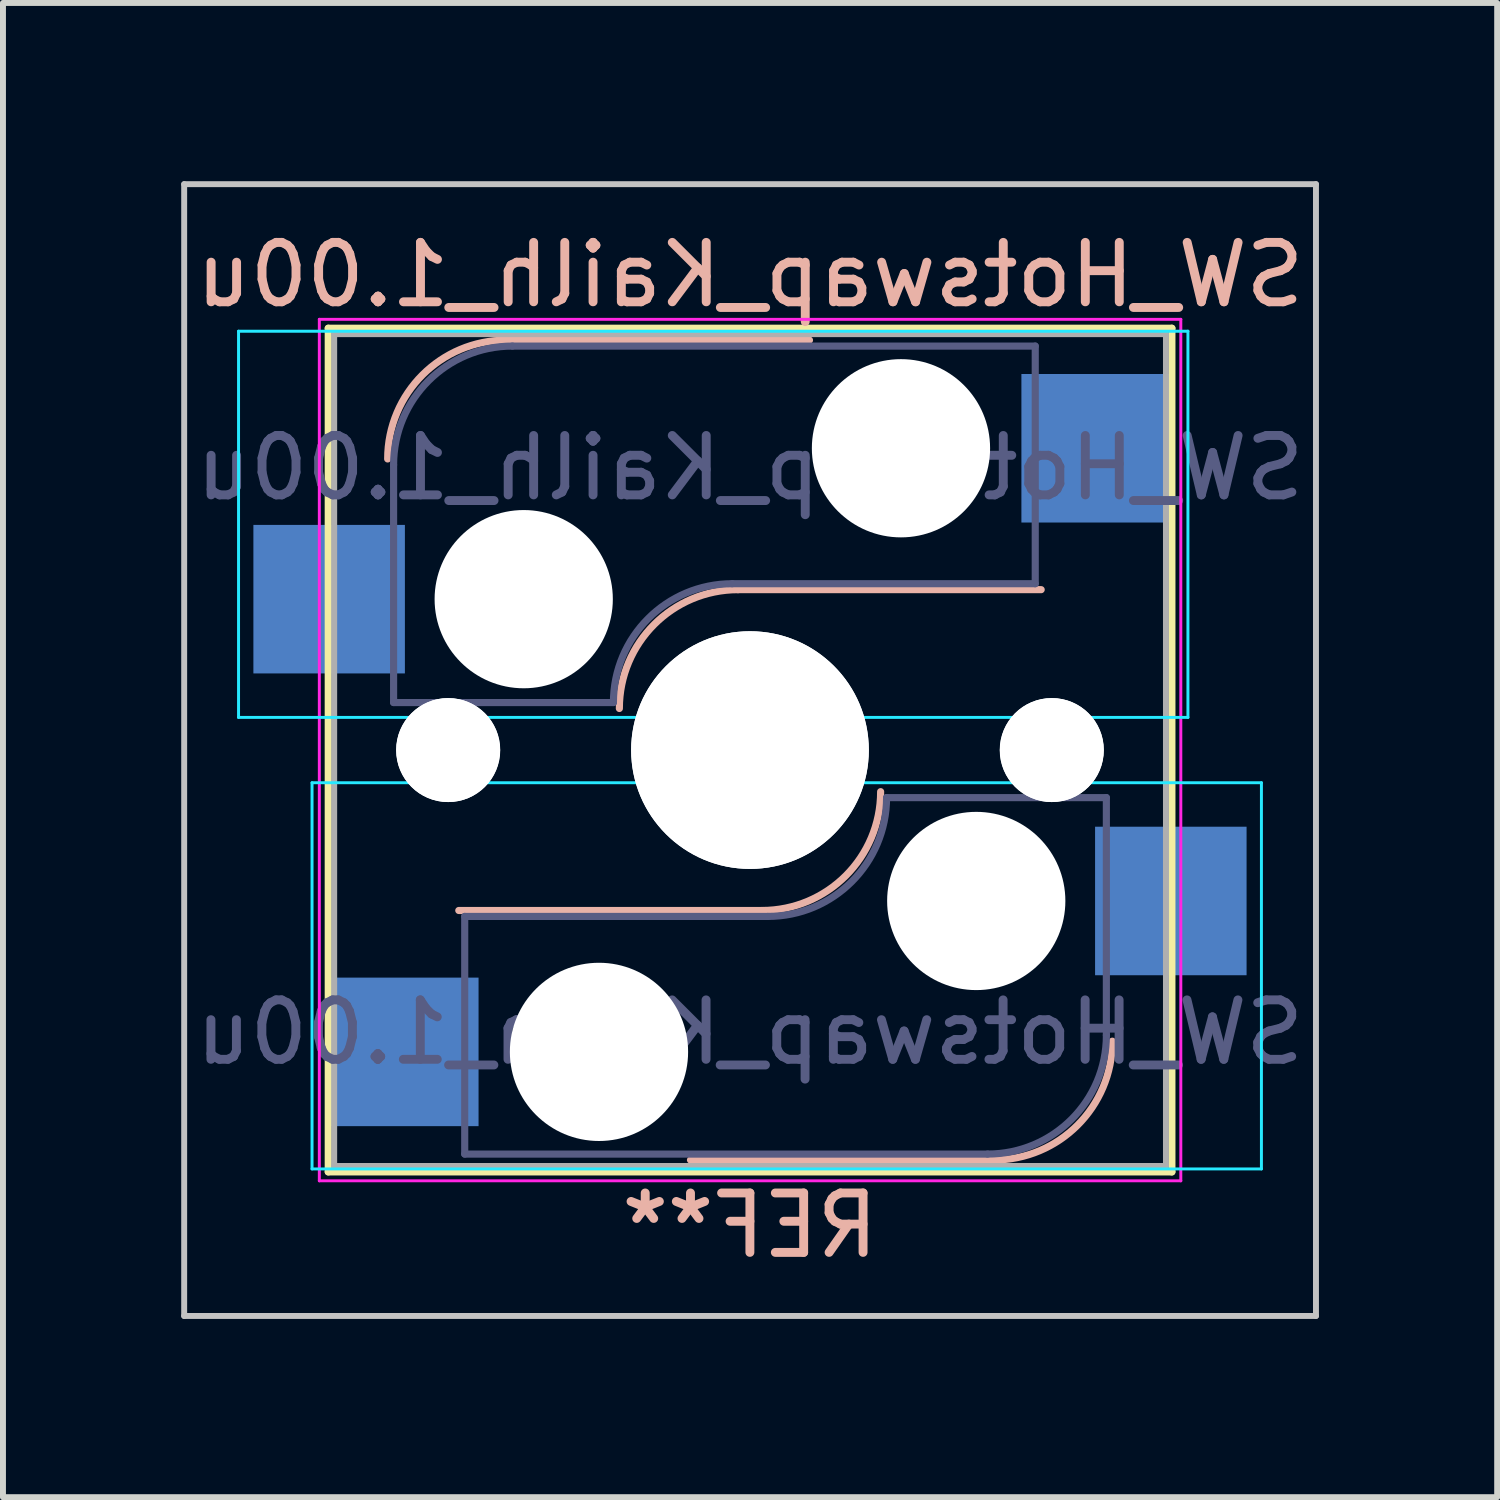
<source format=kicad_pcb>
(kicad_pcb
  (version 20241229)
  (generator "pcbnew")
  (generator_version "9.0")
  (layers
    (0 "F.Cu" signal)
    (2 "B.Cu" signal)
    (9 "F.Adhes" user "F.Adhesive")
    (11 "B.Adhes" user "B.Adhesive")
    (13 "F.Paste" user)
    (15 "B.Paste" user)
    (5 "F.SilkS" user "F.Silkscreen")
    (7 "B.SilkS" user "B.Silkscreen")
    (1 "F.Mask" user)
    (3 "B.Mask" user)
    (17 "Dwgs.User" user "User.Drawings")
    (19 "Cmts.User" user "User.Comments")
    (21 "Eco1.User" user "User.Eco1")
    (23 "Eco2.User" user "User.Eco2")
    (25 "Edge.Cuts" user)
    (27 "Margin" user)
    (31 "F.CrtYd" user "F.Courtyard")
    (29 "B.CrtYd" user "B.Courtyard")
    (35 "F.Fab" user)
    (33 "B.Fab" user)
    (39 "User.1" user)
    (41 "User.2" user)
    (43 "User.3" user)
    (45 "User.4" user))
  (footprint "SW_Hotswap_Kailh_1.00u"
    (layer "F.Cu")
    (at 9.575 9.575)
    (property "Reference" "SW_Hotswap_Kailh_1.00u" (at 0 -8 0) (layer "B.SilkS") (effects (font (size 1 1) (thickness 0.15)) (justify mirror)))
    (attr smd)
    (fp_line (start -7.1 -7.1) (end -7.1 7.1) (stroke (width 0.12) (type solid)) (layer "F.SilkS"))
    (fp_line (start -7.1 7.1) (end 7.1 7.1) (stroke (width 0.12) (type solid)) (layer "F.SilkS"))
    (fp_line (start 7.1 -7.1) (end -7.1 -7.1) (stroke (width 0.12) (type solid)) (layer "F.SilkS"))
    (fp_line (start 7.1 7.1) (end 7.1 -7.1) (stroke (width 0.12) (type solid)) (layer "F.SilkS"))
    (fp_line (start -4.1 -6.9) (end 1 -6.9) (stroke (width 0.12) (type solid)) (layer "B.SilkS"))
    (fp_line (start -0.2 -2.7) (end 4.9 -2.7) (stroke (width 0.12) (type solid)) (layer "B.SilkS"))
    (fp_line (start 0.197 2.7) (end -4.903 2.7) (stroke (width 0.12) (type solid)) (layer "B.SilkS"))
    (fp_line (start 4.097 6.9) (end -1.003 6.9) (stroke (width 0.12) (type solid)) (layer "B.SilkS"))
    (fp_arc (start -6.1 -4.9) (mid -5.514214 -6.314214) (end -4.1 -6.9) (stroke (width 0.12) (type solid)) (layer "B.SilkS"))
    (fp_arc (start -2.2 -0.7) (mid -1.614214 -2.114214) (end -0.2 -2.7) (stroke (width 0.12) (type solid)) (layer "B.SilkS"))
    (fp_arc (start 2.19746 0.7) (mid 1.611674 2.114214) (end 0.19746 2.7) (stroke (width 0.12) (type solid)) (layer "B.SilkS"))
    (fp_arc (start 6.09746 4.9) (mid 5.511674 6.314214) (end 4.09746 6.9) (stroke (width 0.12) (type solid)) (layer "B.SilkS"))
    (fp_line (start -9.525 -9.525) (end -9.525 9.525) (stroke (width 0.1) (type solid)) (layer "Dwgs.User"))
    (fp_line (start -9.525 9.525) (end 9.525 9.525) (stroke (width 0.1) (type solid)) (layer "Dwgs.User"))
    (fp_line (start 9.525 -9.525) (end -9.525 -9.525) (stroke (width 0.1) (type solid)) (layer "Dwgs.User"))
    (fp_line (start 9.525 9.525) (end 9.525 -9.525) (stroke (width 0.1) (type solid)) (layer "Dwgs.User"))
    (fp_line (start -8.61 -7.05) (end -8.61 -0.55) (stroke (width 0.05) (type solid)) (layer "B.CrtYd"))
    (fp_line (start -8.61 -0.55) (end 7.37 -0.55) (stroke (width 0.05) (type solid)) (layer "B.CrtYd"))
    (fp_line (start -7.373 0.55) (end -7.373 7.05) (stroke (width 0.05) (type solid)) (layer "B.CrtYd"))
    (fp_line (start -7.373 7.05) (end 8.607 7.05) (stroke (width 0.05) (type solid)) (layer "B.CrtYd"))
    (fp_line (start 7.37 -7.05) (end -8.61 -7.05) (stroke (width 0.05) (type solid)) (layer "B.CrtYd"))
    (fp_line (start 7.37 -0.55) (end 7.37 -7.05) (stroke (width 0.05) (type solid)) (layer "B.CrtYd"))
    (fp_line (start 8.607 0.55) (end -7.373 0.55) (stroke (width 0.05) (type solid)) (layer "B.CrtYd"))
    (fp_line (start 8.607 7.05) (end 8.607 0.55) (stroke (width 0.05) (type solid)) (layer "B.CrtYd"))
    (fp_line (start -7.25 -7.25) (end -7.25 7.25) (stroke (width 0.05) (type solid)) (layer "F.CrtYd"))
    (fp_line (start -7.25 7.25) (end 7.25 7.25) (stroke (width 0.05) (type solid)) (layer "F.CrtYd"))
    (fp_line (start 7.25 -7.25) (end -7.25 -7.25) (stroke (width 0.05) (type solid)) (layer "F.CrtYd"))
    (fp_line (start 7.25 7.25) (end 7.25 -7.25) (stroke (width 0.05) (type solid)) (layer "F.CrtYd"))
    (fp_line (start -6 -0.8) (end -6 -4.8) (stroke (width 0.12) (type solid)) (layer "B.Fab"))
    (fp_line (start -6 -0.8) (end -2.3 -0.8) (stroke (width 0.12) (type solid)) (layer "B.Fab"))
    (fp_line (start -4.803 6.8) (end -4.803 2.8) (stroke (width 0.12) (type solid)) (layer "B.Fab"))
    (fp_line (start -4 -6.8) (end 4.8 -6.8) (stroke (width 0.12) (type solid)) (layer "B.Fab"))
    (fp_line (start -0.3 -2.8) (end 4.8 -2.8) (stroke (width 0.12) (type solid)) (layer "B.Fab"))
    (fp_line (start 0.297 2.8) (end -4.803 2.8) (stroke (width 0.12) (type solid)) (layer "B.Fab"))
    (fp_line (start 3.997 6.8) (end -4.803 6.8) (stroke (width 0.12) (type solid)) (layer "B.Fab"))
    (fp_line (start 4.8 -6.8) (end 4.8 -2.8) (stroke (width 0.12) (type solid)) (layer "B.Fab"))
    (fp_line (start 5.997 0.8) (end 2.297 0.8) (stroke (width 0.12) (type solid)) (layer "B.Fab"))
    (fp_line (start 5.997 0.8) (end 5.997 4.8) (stroke (width 0.12) (type solid)) (layer "B.Fab"))
    (fp_arc (start -6 -4.8) (mid -5.414214 -6.214214) (end -4 -6.8) (stroke (width 0.12) (type solid)) (layer "B.Fab"))
    (fp_arc (start -2.3 -0.8) (mid -1.714214 -2.214214) (end -0.3 -2.8) (stroke (width 0.12) (type solid)) (layer "B.Fab"))
    (fp_arc (start 2.29746 0.8) (mid 1.711674 2.214214) (end 0.29746 2.8) (stroke (width 0.12) (type solid)) (layer "B.Fab"))
    (fp_arc (start 5.99746 4.8) (mid 5.411674 6.214214) (end 3.99746 6.8) (stroke (width 0.12) (type solid)) (layer "B.Fab"))
    (fp_line (start -7 -7) (end -7 7) (stroke (width 0.1) (type solid)) (layer "F.Fab"))
    (fp_line (start -7 7) (end 7 7) (stroke (width 0.1) (type solid)) (layer "F.Fab"))
    (fp_line (start 7 -7) (end -7 -7) (stroke (width 0.1) (type solid)) (layer "F.Fab"))
    (fp_line (start 7 7) (end 7 -7) (stroke (width 0.1) (type solid)) (layer "F.Fab"))
    (fp_text user "REF**" (at -0.003 8 180) (layer "B.SilkS") (effects (font (size 1 1) (thickness 0.15)) (justify mirror)))
    (fp_text user "${REFERENCE}" (at -0.003 4.75 180) (layer "B.Fab") (effects (font (size 1 1) (thickness 0.15)) (justify mirror)))
    (fp_text user "${REFERENCE}" (at 0 -4.75 0) (layer "B.Fab") (effects (font (size 1 1) (thickness 0.15)) (justify mirror)))
    (pad "" np_thru_hole circle (at -5.083 0 180) (size 1.75 1.75) (drill 1.75) (layers "*.Cu" "*.Mask"))
    (pad "" np_thru_hole circle (at -5.08 0) (size 1.75 1.75) (drill 1.75) (layers "*.Cu" "*.Mask"))
    (pad "" np_thru_hole circle (at -3.81 -2.54) (size 3 3) (drill 3) (layers "*.Cu" "*.Mask"))
    (pad "" np_thru_hole circle (at -2.543 5.08 180) (size 3 3) (drill 3) (layers "*.Cu" "*.Mask"))
    (pad "" np_thru_hole circle (at -0.003 0 180) (size 4 4) (drill 4) (layers "*.Cu" "*.Mask"))
    (pad "" np_thru_hole circle (at 0 0) (size 4 4) (drill 4) (layers "*.Cu" "*.Mask"))
    (pad "" np_thru_hole circle (at 2.54 -5.08) (size 3 3) (drill 3) (layers "*.Cu" "*.Mask"))
    (pad "" np_thru_hole circle (at 3.807 2.54 180) (size 3 3) (drill 3) (layers "*.Cu" "*.Mask"))
    (pad "" np_thru_hole circle (at 5.077 0 180) (size 1.75 1.75) (drill 1.75) (layers "*.Cu" "*.Mask"))
    (pad "" np_thru_hole circle (at 5.08 0) (size 1.75 1.75) (drill 1.75) (layers "*.Cu" "*.Mask"))
    (pad "1" smd rect (at -7.085 -2.54) (size 2.55 2.5) (layers "B.Cu" "B.Mask" "B.Paste"))
    (pad "1" smd rect (at -5.845 5.08 180) (size 2.55 2.5) (layers "B.Cu" "B.Mask" "B.Paste"))
    (pad "2" smd rect (at 5.842 -5.08) (size 2.55 2.5) (layers "B.Cu" "B.Mask" "B.Paste"))
    (pad "2" smd rect (at 7.082 2.54 180) (size 2.55 2.5) (layers "B.Cu" "B.Mask" "B.Paste")))
  (gr_rect
    (start -3 -3)
    (end 22.15 22.15)
    (stroke (width 0.1) (type default))
    (fill no)
    (layer "Edge.Cuts")))
</source>
